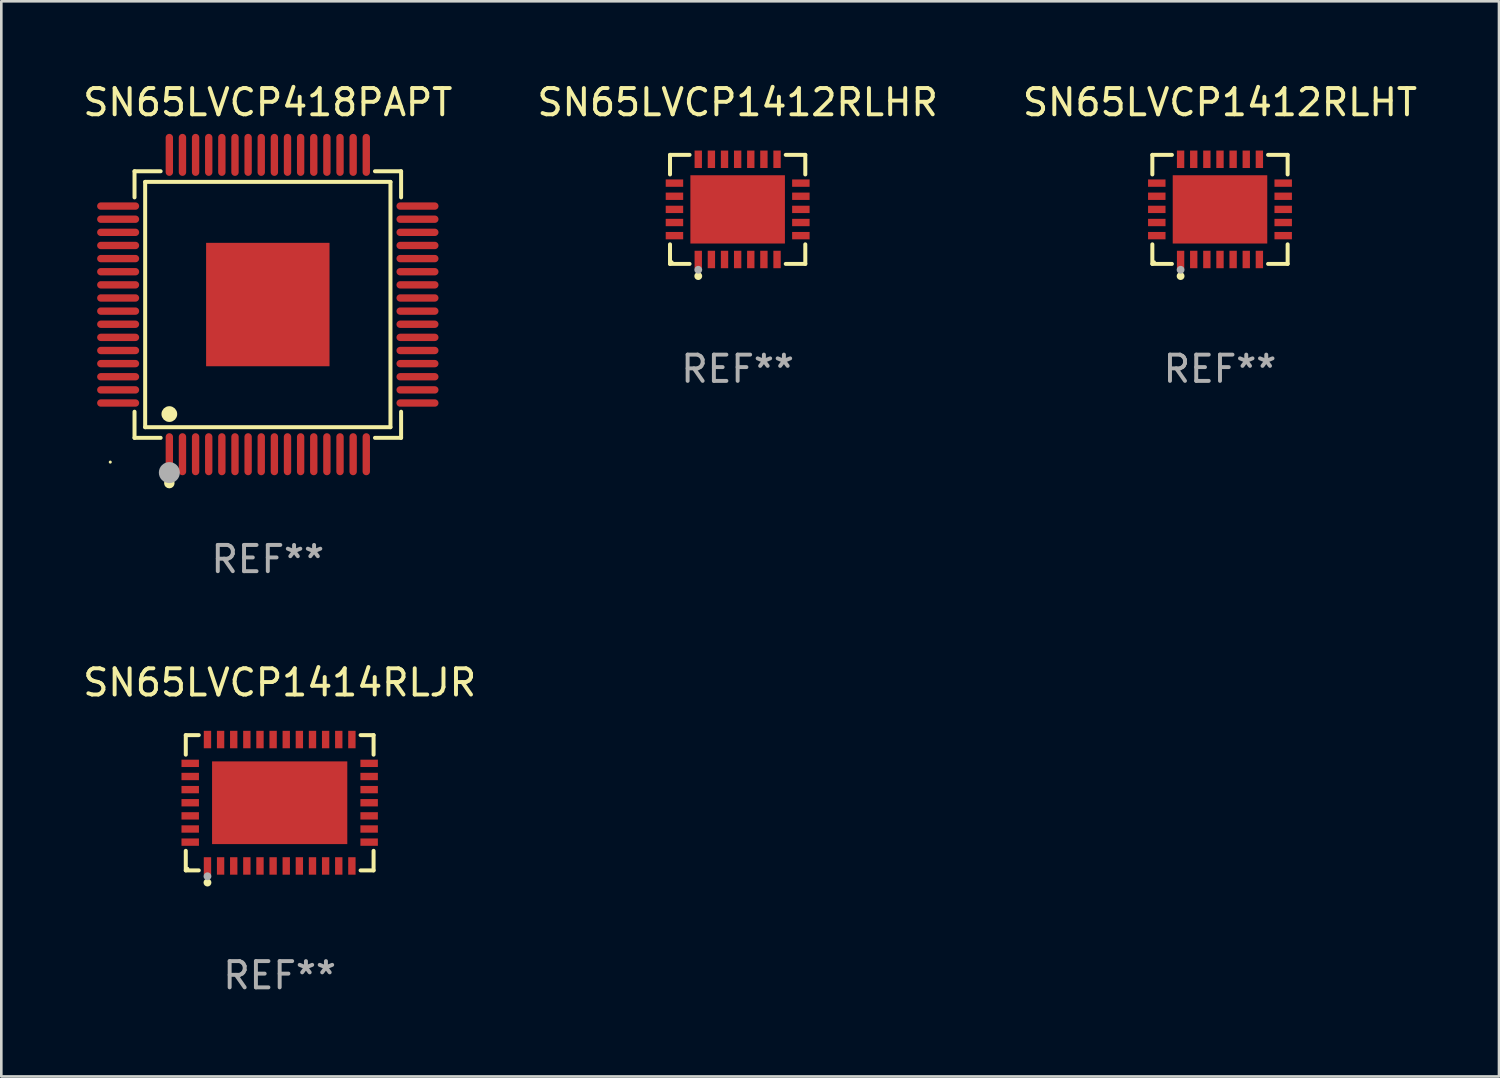
<source format=kicad_pcb>
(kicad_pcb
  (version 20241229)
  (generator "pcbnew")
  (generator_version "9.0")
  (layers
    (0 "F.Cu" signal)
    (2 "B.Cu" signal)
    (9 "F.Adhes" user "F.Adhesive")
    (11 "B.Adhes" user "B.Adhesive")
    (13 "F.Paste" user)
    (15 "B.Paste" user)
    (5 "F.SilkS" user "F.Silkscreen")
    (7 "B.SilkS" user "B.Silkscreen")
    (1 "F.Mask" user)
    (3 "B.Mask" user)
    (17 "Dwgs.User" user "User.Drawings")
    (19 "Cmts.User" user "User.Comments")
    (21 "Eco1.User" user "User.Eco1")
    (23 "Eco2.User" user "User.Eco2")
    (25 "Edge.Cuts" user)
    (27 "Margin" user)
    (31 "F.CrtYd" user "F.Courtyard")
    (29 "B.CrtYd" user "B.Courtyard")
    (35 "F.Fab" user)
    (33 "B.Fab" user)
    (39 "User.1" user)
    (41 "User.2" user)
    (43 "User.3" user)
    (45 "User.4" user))
  (footprint "SN65LVCP1414RLJR"
    (layer "F.Cu")
    (at 7.601 27.521)
    (property "Reference" "SN65LVCP1414RLJR" (at 0 -4.576 0) (layer "F.SilkS") (effects (font (size 1 1) (thickness 0.15))))
    (attr through_hole)
    (fp_line (start -3.576 -2.576) (end -3.081 -2.576) (stroke (width 0.152) (type solid)) (layer "F.SilkS"))
    (fp_line (start -3.576 -1.831) (end -3.576 -2.576) (stroke (width 0.152) (type solid)) (layer "F.SilkS"))
    (fp_line (start -3.576 1.831) (end -3.576 2.576) (stroke (width 0.152) (type solid)) (layer "F.SilkS"))
    (fp_line (start -3.576 2.576) (end -3.081 2.576) (stroke (width 0.152) (type solid)) (layer "F.SilkS"))
    (fp_line (start 3.576 -2.576) (end 3.081 -2.576) (stroke (width 0.152) (type solid)) (layer "F.SilkS"))
    (fp_line (start 3.576 -1.831) (end 3.576 -2.576) (stroke (width 0.152) (type solid)) (layer "F.SilkS"))
    (fp_line (start 3.576 1.831) (end 3.576 2.576) (stroke (width 0.152) (type solid)) (layer "F.SilkS"))
    (fp_line (start 3.576 2.576) (end 3.081 2.576) (stroke (width 0.152) (type solid)) (layer "F.SilkS"))
    (fp_circle (center -3.5 2.5) (end -3.47 2.5) (stroke (width 0.06) (type solid)) (fill no) (layer "F.SilkS"))
    (fp_circle (center -2.75 3.04) (end -2.675 3.04) (stroke (width 0.15) (type solid)) (fill no) (layer "F.SilkS"))
    (fp_circle (center -2.75 2.8) (end -2.675 2.8) (stroke (width 0.15) (type solid)) (fill no) (layer "F.Fab"))
    (fp_text user "REF**" (at 0 6.576 0) (layer "F.Fab") (effects (font (size 1 1) (thickness 0.15))))
    (pad "1" smd rect (at -2.75 2.407) (size 0.28 0.665) (layers "F.Cu" "F.Mask" "F.Paste"))
    (pad "2" smd rect (at -2.25 2.407) (size 0.28 0.665) (layers "F.Cu" "F.Mask" "F.Paste"))
    (pad "3" smd rect (at -1.75 2.407) (size 0.28 0.665) (layers "F.Cu" "F.Mask" "F.Paste"))
    (pad "4" smd rect (at -1.25 2.407) (size 0.28 0.665) (layers "F.Cu" "F.Mask" "F.Paste"))
    (pad "5" smd rect (at -0.75 2.407) (size 0.28 0.665) (layers "F.Cu" "F.Mask" "F.Paste"))
    (pad "6" smd rect (at -0.25 2.407) (size 0.28 0.665) (layers "F.Cu" "F.Mask" "F.Paste"))
    (pad "7" smd rect (at 0.25 2.407) (size 0.28 0.665) (layers "F.Cu" "F.Mask" "F.Paste"))
    (pad "8" smd rect (at 0.75 2.407) (size 0.28 0.665) (layers "F.Cu" "F.Mask" "F.Paste"))
    (pad "9" smd rect (at 1.25 2.407) (size 0.28 0.665) (layers "F.Cu" "F.Mask" "F.Paste"))
    (pad "10" smd rect (at 1.75 2.407) (size 0.28 0.665) (layers "F.Cu" "F.Mask" "F.Paste"))
    (pad "11" smd rect (at 2.25 2.407) (size 0.28 0.665) (layers "F.Cu" "F.Mask" "F.Paste"))
    (pad "12" smd rect (at 2.75 2.407) (size 0.28 0.665) (layers "F.Cu" "F.Mask" "F.Paste"))
    (pad "13" smd rect (at 3.407 1.5) (size 0.665 0.28) (layers "F.Cu" "F.Mask" "F.Paste"))
    (pad "14" smd rect (at 3.407 1) (size 0.665 0.28) (layers "F.Cu" "F.Mask" "F.Paste"))
    (pad "15" smd rect (at 3.407 0.5) (size 0.665 0.28) (layers "F.Cu" "F.Mask" "F.Paste"))
    (pad "16" smd rect (at 3.407 0) (size 0.665 0.28) (layers "F.Cu" "F.Mask" "F.Paste"))
    (pad "17" smd rect (at 3.407 -0.5) (size 0.665 0.28) (layers "F.Cu" "F.Mask" "F.Paste"))
    (pad "18" smd rect (at 3.407 -1) (size 0.665 0.28) (layers "F.Cu" "F.Mask" "F.Paste"))
    (pad "19" smd rect (at 3.407 -1.5) (size 0.665 0.28) (layers "F.Cu" "F.Mask" "F.Paste"))
    (pad "20" smd rect (at 2.75 -2.407) (size 0.28 0.665) (layers "F.Cu" "F.Mask" "F.Paste"))
    (pad "21" smd rect (at 2.25 -2.407) (size 0.28 0.665) (layers "F.Cu" "F.Mask" "F.Paste"))
    (pad "22" smd rect (at 1.75 -2.407) (size 0.28 0.665) (layers "F.Cu" "F.Mask" "F.Paste"))
    (pad "23" smd rect (at 1.25 -2.407) (size 0.28 0.665) (layers "F.Cu" "F.Mask" "F.Paste"))
    (pad "24" smd rect (at 0.75 -2.407) (size 0.28 0.665) (layers "F.Cu" "F.Mask" "F.Paste"))
    (pad "25" smd rect (at 0.25 -2.407) (size 0.28 0.665) (layers "F.Cu" "F.Mask" "F.Paste"))
    (pad "26" smd rect (at -0.25 -2.407) (size 0.28 0.665) (layers "F.Cu" "F.Mask" "F.Paste"))
    (pad "27" smd rect (at -0.75 -2.407) (size 0.28 0.665) (layers "F.Cu" "F.Mask" "F.Paste"))
    (pad "28" smd rect (at -1.25 -2.407) (size 0.28 0.665) (layers "F.Cu" "F.Mask" "F.Paste"))
    (pad "29" smd rect (at -1.75 -2.407) (size 0.28 0.665) (layers "F.Cu" "F.Mask" "F.Paste"))
    (pad "30" smd rect (at -2.25 -2.407) (size 0.28 0.665) (layers "F.Cu" "F.Mask" "F.Paste"))
    (pad "31" smd rect (at -2.75 -2.407) (size 0.28 0.665) (layers "F.Cu" "F.Mask" "F.Paste"))
    (pad "32" smd rect (at -3.407 -1.5) (size 0.665 0.28) (layers "F.Cu" "F.Mask" "F.Paste"))
    (pad "33" smd rect (at -3.407 -1) (size 0.665 0.28) (layers "F.Cu" "F.Mask" "F.Paste"))
    (pad "34" smd rect (at -3.407 -0.5) (size 0.665 0.28) (layers "F.Cu" "F.Mask" "F.Paste"))
    (pad "35" smd rect (at -3.407 0) (size 0.665 0.28) (layers "F.Cu" "F.Mask" "F.Paste"))
    (pad "36" smd rect (at -3.407 0.5) (size 0.665 0.28) (layers "F.Cu" "F.Mask" "F.Paste"))
    (pad "37" smd rect (at -3.407 1) (size 0.665 0.28) (layers "F.Cu" "F.Mask" "F.Paste"))
    (pad "38" smd rect (at -3.407 1.5) (size 0.665 0.28) (layers "F.Cu" "F.Mask" "F.Paste"))
    (pad "39" smd rect (at 0 0) (size 5.15 3.15) (layers "F.Cu" "F.Mask" "F.Paste")))
  (footprint "SN65LVCP1412RLHR"
    (layer "F.Cu")
    (at 25.042 4.924)
    (property "Reference" "SN65LVCP1412RLHR" (at 0 -4.076 0) (layer "F.SilkS") (effects (font (size 1 1) (thickness 0.15))))
    (attr through_hole)
    (fp_line (start -2.576 -2.076) (end -1.831 -2.076) (stroke (width 0.152) (type solid)) (layer "F.SilkS"))
    (fp_line (start -2.576 -1.331) (end -2.576 -2.076) (stroke (width 0.152) (type solid)) (layer "F.SilkS"))
    (fp_line (start -2.576 1.331) (end -2.576 2.076) (stroke (width 0.152) (type solid)) (layer "F.SilkS"))
    (fp_line (start -2.576 2.076) (end -1.831 2.076) (stroke (width 0.152) (type solid)) (layer "F.SilkS"))
    (fp_line (start 2.576 -2.076) (end 1.831 -2.076) (stroke (width 0.152) (type solid)) (layer "F.SilkS"))
    (fp_line (start 2.576 -1.331) (end 2.576 -2.076) (stroke (width 0.152) (type solid)) (layer "F.SilkS"))
    (fp_line (start 2.576 1.331) (end 2.576 2.076) (stroke (width 0.152) (type solid)) (layer "F.SilkS"))
    (fp_line (start 2.576 2.076) (end 1.831 2.076) (stroke (width 0.152) (type solid)) (layer "F.SilkS"))
    (fp_circle (center -2.5 2) (end -2.47 2) (stroke (width 0.06) (type solid)) (fill no) (layer "F.SilkS"))
    (fp_circle (center -1.5 2.54) (end -1.425 2.54) (stroke (width 0.15) (type solid)) (fill no) (layer "F.SilkS"))
    (fp_circle (center -1.5 2.3) (end -1.425 2.3) (stroke (width 0.15) (type solid)) (fill no) (layer "F.Fab"))
    (fp_text user "REF**" (at 0 6.076 0) (layer "F.Fab") (effects (font (size 1 1) (thickness 0.15))))
    (pad "1" smd rect (at -1.5 1.908) (size 0.28 0.665) (layers "F.Cu" "F.Mask" "F.Paste"))
    (pad "2" smd rect (at -1 1.908) (size 0.28 0.665) (layers "F.Cu" "F.Mask" "F.Paste"))
    (pad "3" smd rect (at -0.5 1.908) (size 0.28 0.665) (layers "F.Cu" "F.Mask" "F.Paste"))
    (pad "4" smd rect (at 0 1.908) (size 0.28 0.665) (layers "F.Cu" "F.Mask" "F.Paste"))
    (pad "5" smd rect (at 0.5 1.908) (size 0.28 0.665) (layers "F.Cu" "F.Mask" "F.Paste"))
    (pad "6" smd rect (at 1 1.908) (size 0.28 0.665) (layers "F.Cu" "F.Mask" "F.Paste"))
    (pad "7" smd rect (at 1.5 1.908) (size 0.28 0.665) (layers "F.Cu" "F.Mask" "F.Paste"))
    (pad "8" smd rect (at 2.407 1) (size 0.665 0.28) (layers "F.Cu" "F.Mask" "F.Paste"))
    (pad "9" smd rect (at 2.407 0.5) (size 0.665 0.28) (layers "F.Cu" "F.Mask" "F.Paste"))
    (pad "10" smd rect (at 2.407 0) (size 0.665 0.28) (layers "F.Cu" "F.Mask" "F.Paste"))
    (pad "11" smd rect (at 2.407 -0.5) (size 0.665 0.28) (layers "F.Cu" "F.Mask" "F.Paste"))
    (pad "12" smd rect (at 2.407 -1) (size 0.665 0.28) (layers "F.Cu" "F.Mask" "F.Paste"))
    (pad "13" smd rect (at 1.5 -1.908) (size 0.28 0.665) (layers "F.Cu" "F.Mask" "F.Paste"))
    (pad "14" smd rect (at 1 -1.908) (size 0.28 0.665) (layers "F.Cu" "F.Mask" "F.Paste"))
    (pad "15" smd rect (at 0.5 -1.908) (size 0.28 0.665) (layers "F.Cu" "F.Mask" "F.Paste"))
    (pad "16" smd rect (at 0 -1.908) (size 0.28 0.665) (layers "F.Cu" "F.Mask" "F.Paste"))
    (pad "17" smd rect (at -0.5 -1.908) (size 0.28 0.665) (layers "F.Cu" "F.Mask" "F.Paste"))
    (pad "18" smd rect (at -1 -1.908) (size 0.28 0.665) (layers "F.Cu" "F.Mask" "F.Paste"))
    (pad "19" smd rect (at -1.5 -1.908) (size 0.28 0.665) (layers "F.Cu" "F.Mask" "F.Paste"))
    (pad "20" smd rect (at -2.407 -1) (size 0.665 0.28) (layers "F.Cu" "F.Mask" "F.Paste"))
    (pad "21" smd rect (at -2.407 -0.5) (size 0.665 0.28) (layers "F.Cu" "F.Mask" "F.Paste"))
    (pad "22" smd rect (at -2.407 0) (size 0.665 0.28) (layers "F.Cu" "F.Mask" "F.Paste"))
    (pad "23" smd rect (at -2.407 0.5) (size 0.665 0.28) (layers "F.Cu" "F.Mask" "F.Paste"))
    (pad "24" smd rect (at -2.407 1) (size 0.665 0.28) (layers "F.Cu" "F.Mask" "F.Paste"))
    (pad "25" smd rect (at 0 0) (size 3.6 2.6) (layers "F.Cu" "F.Mask" "F.Paste")))
  (footprint "SN65LVCP1412RLHT"
    (layer "F.Cu")
    (at 43.411 4.924)
    (property "Reference" "SN65LVCP1412RLHT" (at 0 -4.076 0) (layer "F.SilkS") (effects (font (size 1 1) (thickness 0.15))))
    (attr through_hole)
    (fp_line (start -2.576 -2.076) (end -1.831 -2.076) (stroke (width 0.152) (type solid)) (layer "F.SilkS"))
    (fp_line (start -2.576 -1.331) (end -2.576 -2.076) (stroke (width 0.152) (type solid)) (layer "F.SilkS"))
    (fp_line (start -2.576 1.331) (end -2.576 2.076) (stroke (width 0.152) (type solid)) (layer "F.SilkS"))
    (fp_line (start -2.576 2.076) (end -1.831 2.076) (stroke (width 0.152) (type solid)) (layer "F.SilkS"))
    (fp_line (start 2.576 -2.076) (end 1.831 -2.076) (stroke (width 0.152) (type solid)) (layer "F.SilkS"))
    (fp_line (start 2.576 -1.331) (end 2.576 -2.076) (stroke (width 0.152) (type solid)) (layer "F.SilkS"))
    (fp_line (start 2.576 1.331) (end 2.576 2.076) (stroke (width 0.152) (type solid)) (layer "F.SilkS"))
    (fp_line (start 2.576 2.076) (end 1.831 2.076) (stroke (width 0.152) (type solid)) (layer "F.SilkS"))
    (fp_circle (center -2.5 2) (end -2.47 2) (stroke (width 0.06) (type solid)) (fill no) (layer "F.SilkS"))
    (fp_circle (center -1.5 2.54) (end -1.425 2.54) (stroke (width 0.15) (type solid)) (fill no) (layer "F.SilkS"))
    (fp_circle (center -1.5 2.3) (end -1.425 2.3) (stroke (width 0.15) (type solid)) (fill no) (layer "F.Fab"))
    (fp_text user "REF**" (at 0 6.076 0) (layer "F.Fab") (effects (font (size 1 1) (thickness 0.15))))
    (pad "1" smd rect (at -1.5 1.908) (size 0.28 0.665) (layers "F.Cu" "F.Mask" "F.Paste"))
    (pad "2" smd rect (at -1 1.908) (size 0.28 0.665) (layers "F.Cu" "F.Mask" "F.Paste"))
    (pad "3" smd rect (at -0.5 1.908) (size 0.28 0.665) (layers "F.Cu" "F.Mask" "F.Paste"))
    (pad "4" smd rect (at 0 1.908) (size 0.28 0.665) (layers "F.Cu" "F.Mask" "F.Paste"))
    (pad "5" smd rect (at 0.5 1.908) (size 0.28 0.665) (layers "F.Cu" "F.Mask" "F.Paste"))
    (pad "6" smd rect (at 1 1.908) (size 0.28 0.665) (layers "F.Cu" "F.Mask" "F.Paste"))
    (pad "7" smd rect (at 1.5 1.908) (size 0.28 0.665) (layers "F.Cu" "F.Mask" "F.Paste"))
    (pad "8" smd rect (at 2.407 1) (size 0.665 0.28) (layers "F.Cu" "F.Mask" "F.Paste"))
    (pad "9" smd rect (at 2.407 0.5) (size 0.665 0.28) (layers "F.Cu" "F.Mask" "F.Paste"))
    (pad "10" smd rect (at 2.407 0) (size 0.665 0.28) (layers "F.Cu" "F.Mask" "F.Paste"))
    (pad "11" smd rect (at 2.407 -0.5) (size 0.665 0.28) (layers "F.Cu" "F.Mask" "F.Paste"))
    (pad "12" smd rect (at 2.407 -1) (size 0.665 0.28) (layers "F.Cu" "F.Mask" "F.Paste"))
    (pad "13" smd rect (at 1.5 -1.908) (size 0.28 0.665) (layers "F.Cu" "F.Mask" "F.Paste"))
    (pad "14" smd rect (at 1 -1.908) (size 0.28 0.665) (layers "F.Cu" "F.Mask" "F.Paste"))
    (pad "15" smd rect (at 0.5 -1.908) (size 0.28 0.665) (layers "F.Cu" "F.Mask" "F.Paste"))
    (pad "16" smd rect (at 0 -1.908) (size 0.28 0.665) (layers "F.Cu" "F.Mask" "F.Paste"))
    (pad "17" smd rect (at -0.5 -1.908) (size 0.28 0.665) (layers "F.Cu" "F.Mask" "F.Paste"))
    (pad "18" smd rect (at -1 -1.908) (size 0.28 0.665) (layers "F.Cu" "F.Mask" "F.Paste"))
    (pad "19" smd rect (at -1.5 -1.908) (size 0.28 0.665) (layers "F.Cu" "F.Mask" "F.Paste"))
    (pad "20" smd rect (at -2.407 -1) (size 0.665 0.28) (layers "F.Cu" "F.Mask" "F.Paste"))
    (pad "21" smd rect (at -2.407 -0.5) (size 0.665 0.28) (layers "F.Cu" "F.Mask" "F.Paste"))
    (pad "22" smd rect (at -2.407 0) (size 0.665 0.28) (layers "F.Cu" "F.Mask" "F.Paste"))
    (pad "23" smd rect (at -2.407 0.5) (size 0.665 0.28) (layers "F.Cu" "F.Mask" "F.Paste"))
    (pad "24" smd rect (at -2.407 1) (size 0.665 0.28) (layers "F.Cu" "F.Mask" "F.Paste"))
    (pad "25" smd rect (at 0 0) (size 3.6 2.6) (layers "F.Cu" "F.Mask" "F.Paste")))
  (footprint "SN65LVCP418PAPT"
    (layer "F.Cu")
    (at 7.149 8.548)
    (property "Reference" "SN65LVCP418PAPT" (at 0 -7.7 0) (layer "F.SilkS") (effects (font (size 1 1) (thickness 0.15))))
    (attr through_hole)
    (fp_line (start -5.076 -5.076) (end -4.081 -5.076) (stroke (width 0.152) (type solid)) (layer "F.SilkS"))
    (fp_line (start -5.076 -4.081) (end -5.076 -5.076) (stroke (width 0.152) (type solid)) (layer "F.SilkS"))
    (fp_line (start -5.076 4.081) (end -5.076 5.076) (stroke (width 0.152) (type solid)) (layer "F.SilkS"))
    (fp_line (start -5.076 5.076) (end -4.081 5.076) (stroke (width 0.152) (type solid)) (layer "F.SilkS"))
    (fp_line (start -4.671 -4.671) (end 4.671 -4.671) (stroke (width 0.152) (type solid)) (layer "F.SilkS"))
    (fp_line (start -4.671 4.671) (end -4.671 -4.671) (stroke (width 0.152) (type solid)) (layer "F.SilkS"))
    (fp_line (start 4.671 -4.671) (end 4.671 4.671) (stroke (width 0.152) (type solid)) (layer "F.SilkS"))
    (fp_line (start 4.671 4.671) (end -4.671 4.671) (stroke (width 0.152) (type solid)) (layer "F.SilkS"))
    (fp_line (start 5.076 -5.076) (end 4.081 -5.076) (stroke (width 0.152) (type solid)) (layer "F.SilkS"))
    (fp_line (start 5.076 -4.081) (end 5.076 -5.076) (stroke (width 0.152) (type solid)) (layer "F.SilkS"))
    (fp_line (start 5.076 4.081) (end 5.076 5.076) (stroke (width 0.152) (type solid)) (layer "F.SilkS"))
    (fp_line (start 5.076 5.076) (end 4.081 5.076) (stroke (width 0.152) (type solid)) (layer "F.SilkS"))
    (fp_circle (center -6 6) (end -5.97 6) (stroke (width 0.06) (type solid)) (fill no) (layer "F.SilkS"))
    (fp_circle (center -3.75 4.171) (end -3.6 4.171) (stroke (width 0.3) (type solid)) (fill no) (layer "F.SilkS"))
    (fp_circle (center -3.75 6.8) (end -3.65 6.8) (stroke (width 0.2) (type solid)) (fill no) (layer "F.SilkS"))
    (fp_circle (center -3.75 6.4) (end -3.55 6.4) (stroke (width 0.4) (type solid)) (fill no) (layer "F.Fab"))
    (fp_text user "REF**" (at 0 9.7 0) (layer "F.Fab") (effects (font (size 1 1) (thickness 0.15))))
    (pad "1" smd oval (at -3.75 5.7) (size 0.28 1.6) (layers "F.Cu" "F.Mask" "F.Paste"))
    (pad "2" smd oval (at -3.25 5.7) (size 0.28 1.6) (layers "F.Cu" "F.Mask" "F.Paste"))
    (pad "3" smd oval (at -2.75 5.7) (size 0.28 1.6) (layers "F.Cu" "F.Mask" "F.Paste"))
    (pad "4" smd oval (at -2.25 5.7) (size 0.28 1.6) (layers "F.Cu" "F.Mask" "F.Paste"))
    (pad "5" smd oval (at -1.75 5.7) (size 0.28 1.6) (layers "F.Cu" "F.Mask" "F.Paste"))
    (pad "6" smd oval (at -1.25 5.7) (size 0.28 1.6) (layers "F.Cu" "F.Mask" "F.Paste"))
    (pad "7" smd oval (at -0.75 5.7) (size 0.28 1.6) (layers "F.Cu" "F.Mask" "F.Paste"))
    (pad "8" smd oval (at -0.25 5.7) (size 0.28 1.6) (layers "F.Cu" "F.Mask" "F.Paste"))
    (pad "9" smd oval (at 0.25 5.7) (size 0.28 1.6) (layers "F.Cu" "F.Mask" "F.Paste"))
    (pad "10" smd oval (at 0.75 5.7) (size 0.28 1.6) (layers "F.Cu" "F.Mask" "F.Paste"))
    (pad "11" smd oval (at 1.25 5.7) (size 0.28 1.6) (layers "F.Cu" "F.Mask" "F.Paste"))
    (pad "12" smd oval (at 1.75 5.7) (size 0.28 1.6) (layers "F.Cu" "F.Mask" "F.Paste"))
    (pad "13" smd oval (at 2.25 5.7) (size 0.28 1.6) (layers "F.Cu" "F.Mask" "F.Paste"))
    (pad "14" smd oval (at 2.75 5.7) (size 0.28 1.6) (layers "F.Cu" "F.Mask" "F.Paste"))
    (pad "15" smd oval (at 3.25 5.7) (size 0.28 1.6) (layers "F.Cu" "F.Mask" "F.Paste"))
    (pad "16" smd oval (at 3.75 5.7) (size 0.28 1.6) (layers "F.Cu" "F.Mask" "F.Paste"))
    (pad "17" smd oval (at 5.7 3.75) (size 1.6 0.28) (layers "F.Cu" "F.Mask" "F.Paste"))
    (pad "18" smd oval (at 5.7 3.25) (size 1.6 0.28) (layers "F.Cu" "F.Mask" "F.Paste"))
    (pad "19" smd oval (at 5.7 2.75) (size 1.6 0.28) (layers "F.Cu" "F.Mask" "F.Paste"))
    (pad "20" smd oval (at 5.7 2.25) (size 1.6 0.28) (layers "F.Cu" "F.Mask" "F.Paste"))
    (pad "21" smd oval (at 5.7 1.75) (size 1.6 0.28) (layers "F.Cu" "F.Mask" "F.Paste"))
    (pad "22" smd oval (at 5.7 1.25) (size 1.6 0.28) (layers "F.Cu" "F.Mask" "F.Paste"))
    (pad "23" smd oval (at 5.7 0.75) (size 1.6 0.28) (layers "F.Cu" "F.Mask" "F.Paste"))
    (pad "24" smd oval (at 5.7 0.25) (size 1.6 0.28) (layers "F.Cu" "F.Mask" "F.Paste"))
    (pad "25" smd oval (at 5.7 -0.25) (size 1.6 0.28) (layers "F.Cu" "F.Mask" "F.Paste"))
    (pad "26" smd oval (at 5.7 -0.75) (size 1.6 0.28) (layers "F.Cu" "F.Mask" "F.Paste"))
    (pad "27" smd oval (at 5.7 -1.25) (size 1.6 0.28) (layers "F.Cu" "F.Mask" "F.Paste"))
    (pad "28" smd oval (at 5.7 -1.75) (size 1.6 0.28) (layers "F.Cu" "F.Mask" "F.Paste"))
    (pad "29" smd oval (at 5.7 -2.25) (size 1.6 0.28) (layers "F.Cu" "F.Mask" "F.Paste"))
    (pad "30" smd oval (at 5.7 -2.75) (size 1.6 0.28) (layers "F.Cu" "F.Mask" "F.Paste"))
    (pad "31" smd oval (at 5.7 -3.25) (size 1.6 0.28) (layers "F.Cu" "F.Mask" "F.Paste"))
    (pad "32" smd oval (at 5.7 -3.75) (size 1.6 0.28) (layers "F.Cu" "F.Mask" "F.Paste"))
    (pad "33" smd oval (at 3.75 -5.7) (size 0.28 1.6) (layers "F.Cu" "F.Mask" "F.Paste"))
    (pad "34" smd oval (at 3.25 -5.7) (size 0.28 1.6) (layers "F.Cu" "F.Mask" "F.Paste"))
    (pad "35" smd oval (at 2.75 -5.7) (size 0.28 1.6) (layers "F.Cu" "F.Mask" "F.Paste"))
    (pad "36" smd oval (at 2.25 -5.7) (size 0.28 1.6) (layers "F.Cu" "F.Mask" "F.Paste"))
    (pad "37" smd oval (at 1.75 -5.7) (size 0.28 1.6) (layers "F.Cu" "F.Mask" "F.Paste"))
    (pad "38" smd oval (at 1.25 -5.7) (size 0.28 1.6) (layers "F.Cu" "F.Mask" "F.Paste"))
    (pad "39" smd oval (at 0.75 -5.7) (size 0.28 1.6) (layers "F.Cu" "F.Mask" "F.Paste"))
    (pad "40" smd oval (at 0.25 -5.7) (size 0.28 1.6) (layers "F.Cu" "F.Mask" "F.Paste"))
    (pad "41" smd oval (at -0.25 -5.7) (size 0.28 1.6) (layers "F.Cu" "F.Mask" "F.Paste"))
    (pad "42" smd oval (at -0.75 -5.7) (size 0.28 1.6) (layers "F.Cu" "F.Mask" "F.Paste"))
    (pad "43" smd oval (at -1.25 -5.7) (size 0.28 1.6) (layers "F.Cu" "F.Mask" "F.Paste"))
    (pad "44" smd oval (at -1.75 -5.7) (size 0.28 1.6) (layers "F.Cu" "F.Mask" "F.Paste"))
    (pad "45" smd oval (at -2.25 -5.7) (size 0.28 1.6) (layers "F.Cu" "F.Mask" "F.Paste"))
    (pad "46" smd oval (at -2.75 -5.7) (size 0.28 1.6) (layers "F.Cu" "F.Mask" "F.Paste"))
    (pad "47" smd oval (at -3.25 -5.7) (size 0.28 1.6) (layers "F.Cu" "F.Mask" "F.Paste"))
    (pad "48" smd oval (at -3.75 -5.7) (size 0.28 1.6) (layers "F.Cu" "F.Mask" "F.Paste"))
    (pad "49" smd oval (at -5.7 -3.75) (size 1.6 0.28) (layers "F.Cu" "F.Mask" "F.Paste"))
    (pad "50" smd oval (at -5.7 -3.25) (size 1.6 0.28) (layers "F.Cu" "F.Mask" "F.Paste"))
    (pad "51" smd oval (at -5.7 -2.75) (size 1.6 0.28) (layers "F.Cu" "F.Mask" "F.Paste"))
    (pad "52" smd oval (at -5.7 -2.25) (size 1.6 0.28) (layers "F.Cu" "F.Mask" "F.Paste"))
    (pad "53" smd oval (at -5.7 -1.75) (size 1.6 0.28) (layers "F.Cu" "F.Mask" "F.Paste"))
    (pad "54" smd oval (at -5.7 -1.25) (size 1.6 0.28) (layers "F.Cu" "F.Mask" "F.Paste"))
    (pad "55" smd oval (at -5.7 -0.75) (size 1.6 0.28) (layers "F.Cu" "F.Mask" "F.Paste"))
    (pad "56" smd oval (at -5.7 -0.25) (size 1.6 0.28) (layers "F.Cu" "F.Mask" "F.Paste"))
    (pad "57" smd oval (at -5.7 0.25) (size 1.6 0.28) (layers "F.Cu" "F.Mask" "F.Paste"))
    (pad "58" smd oval (at -5.7 0.75) (size 1.6 0.28) (layers "F.Cu" "F.Mask" "F.Paste"))
    (pad "59" smd oval (at -5.7 1.25) (size 1.6 0.28) (layers "F.Cu" "F.Mask" "F.Paste"))
    (pad "60" smd oval (at -5.7 1.75) (size 1.6 0.28) (layers "F.Cu" "F.Mask" "F.Paste"))
    (pad "61" smd oval (at -5.7 2.25) (size 1.6 0.28) (layers "F.Cu" "F.Mask" "F.Paste"))
    (pad "62" smd oval (at -5.7 2.75) (size 1.6 0.28) (layers "F.Cu" "F.Mask" "F.Paste"))
    (pad "63" smd oval (at -5.7 3.25) (size 1.6 0.28) (layers "F.Cu" "F.Mask" "F.Paste"))
    (pad "64" smd oval (at -5.7 3.75) (size 1.6 0.28) (layers "F.Cu" "F.Mask" "F.Paste"))
    (pad "65" smd rect (at 0 0) (size 4.7 4.7) (layers "F.Cu" "F.Mask" "F.Paste")))
  (gr_rect
    (start -3 -3)
    (end 54.036 37.945)
    (stroke (width 0.1) (type default))
    (fill no)
    (layer "Edge.Cuts")))
</source>
